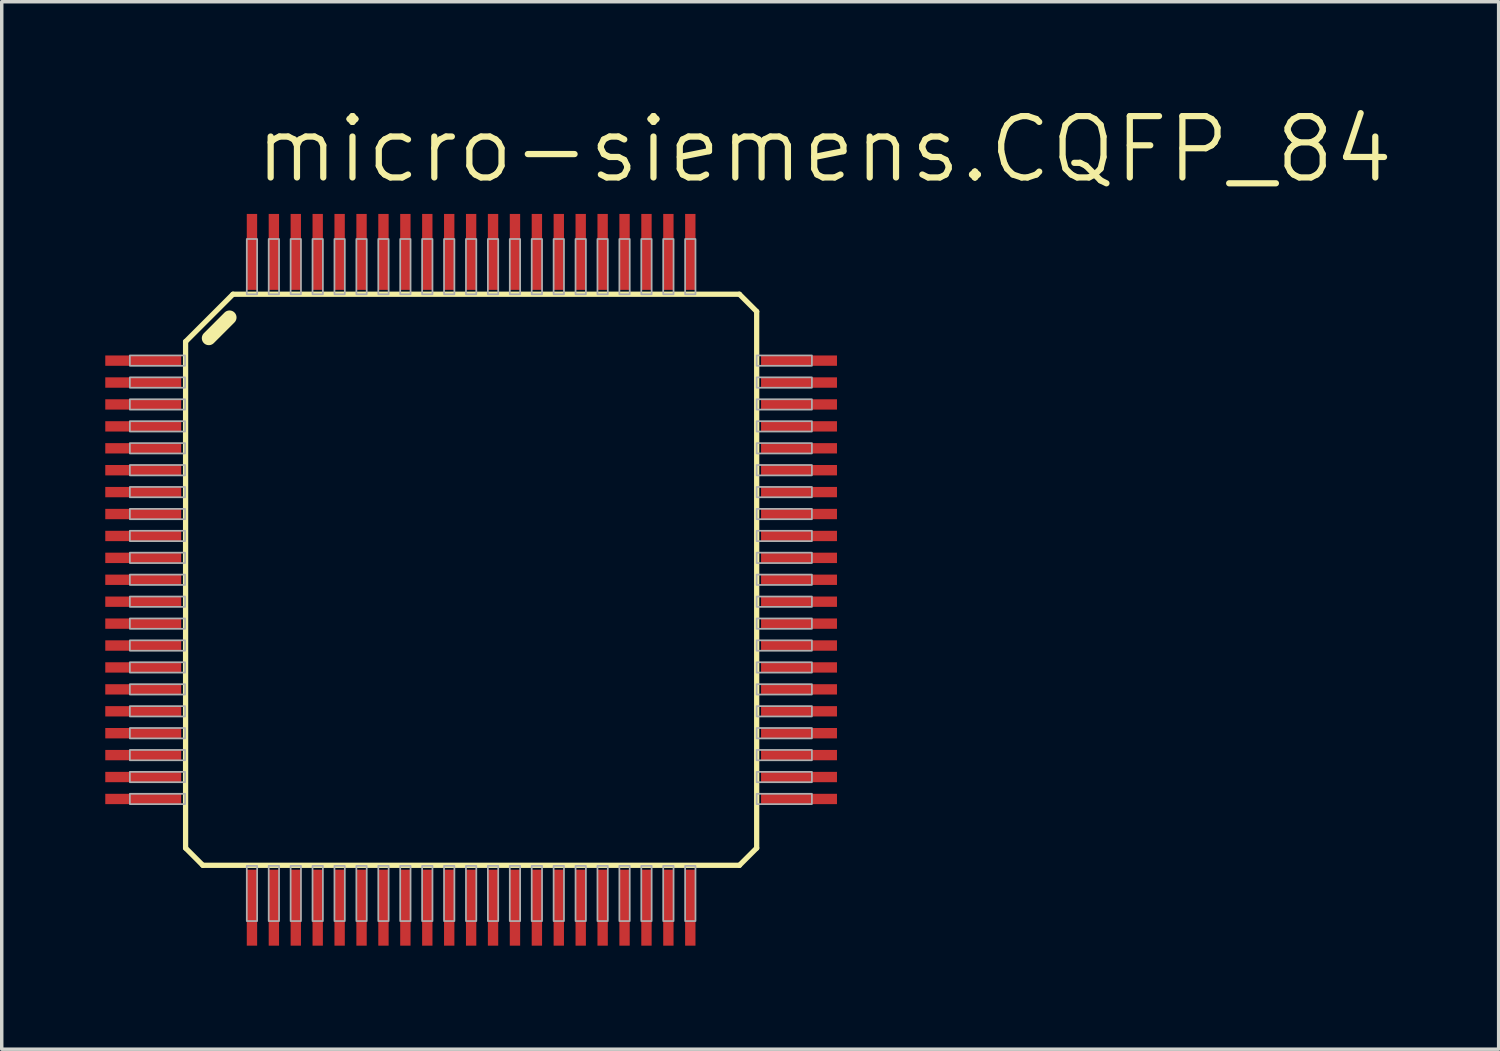
<source format=kicad_pcb>
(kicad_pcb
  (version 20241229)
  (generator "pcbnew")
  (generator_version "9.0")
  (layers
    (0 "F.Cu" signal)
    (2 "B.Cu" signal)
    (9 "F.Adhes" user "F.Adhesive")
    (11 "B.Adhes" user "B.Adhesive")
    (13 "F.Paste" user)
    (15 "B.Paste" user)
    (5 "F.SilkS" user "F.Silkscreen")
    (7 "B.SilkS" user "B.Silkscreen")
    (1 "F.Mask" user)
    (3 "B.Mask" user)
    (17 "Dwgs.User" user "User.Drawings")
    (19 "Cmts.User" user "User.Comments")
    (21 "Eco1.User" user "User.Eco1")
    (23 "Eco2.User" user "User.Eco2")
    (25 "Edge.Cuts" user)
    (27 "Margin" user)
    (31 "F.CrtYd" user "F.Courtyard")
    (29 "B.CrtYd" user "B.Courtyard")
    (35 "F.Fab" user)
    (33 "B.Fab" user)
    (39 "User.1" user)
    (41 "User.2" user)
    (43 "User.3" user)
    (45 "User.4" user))
  (footprint "micro-siemens.CQFP_84"
    (layer "F.Cu")
    (at 10.6 13.748)
    (property "Reference" "micro-siemens.CQFP_84" (at -6.35 -11.43 0) (layer "F.SilkS") (effects (font (size 1.778 1.778) (thickness 0.18)) (justify left bottom)))
    (attr smd)
    (fp_line (start -8.273 -6.9) (end -6.9 -8.273) (stroke (width 0.152) (type default)) (layer "F.SilkS"))
    (fp_line (start -8.273 7.773) (end -8.273 -6.9) (stroke (width 0.152) (type default)) (layer "F.SilkS"))
    (fp_line (start -7.773 8.273) (end -8.273 7.773) (stroke (width 0.152) (type default)) (layer "F.SilkS"))
    (fp_line (start -7 -7.6) (end -7.6 -7) (stroke (width 0.406) (type default)) (layer "F.SilkS"))
    (fp_line (start -6.9 -8.273) (end 7.773 -8.273) (stroke (width 0.152) (type default)) (layer "F.SilkS"))
    (fp_line (start 7.773 -8.273) (end 8.273 -7.773) (stroke (width 0.152) (type default)) (layer "F.SilkS"))
    (fp_line (start 7.773 8.273) (end -7.773 8.273) (stroke (width 0.152) (type default)) (layer "F.SilkS"))
    (fp_line (start 8.273 -7.773) (end 8.273 7.773) (stroke (width 0.152) (type default)) (layer "F.SilkS"))
    (fp_line (start 8.273 7.773) (end 7.773 8.273) (stroke (width 0.152) (type default)) (layer "F.SilkS"))
    (fp_rect (start -9.888 -6.2) (end -8.288 -6.5) (stroke (width 0.05) (type default)) (fill no) (layer "F.Fab"))
    (fp_rect (start -9.888 -5.565) (end -8.288 -5.865) (stroke (width 0.05) (type default)) (fill no) (layer "F.Fab"))
    (fp_rect (start -9.888 -4.93) (end -8.288 -5.23) (stroke (width 0.05) (type default)) (fill no) (layer "F.Fab"))
    (fp_rect (start -9.888 -4.295) (end -8.288 -4.595) (stroke (width 0.05) (type default)) (fill no) (layer "F.Fab"))
    (fp_rect (start -9.888 -3.66) (end -8.288 -3.96) (stroke (width 0.05) (type default)) (fill no) (layer "F.Fab"))
    (fp_rect (start -9.888 -3.025) (end -8.288 -3.325) (stroke (width 0.05) (type default)) (fill no) (layer "F.Fab"))
    (fp_rect (start -9.888 -2.39) (end -8.288 -2.69) (stroke (width 0.05) (type default)) (fill no) (layer "F.Fab"))
    (fp_rect (start -9.888 -1.755) (end -8.288 -2.055) (stroke (width 0.05) (type default)) (fill no) (layer "F.Fab"))
    (fp_rect (start -9.888 -1.12) (end -8.288 -1.42) (stroke (width 0.05) (type default)) (fill no) (layer "F.Fab"))
    (fp_rect (start -9.888 -0.485) (end -8.288 -0.785) (stroke (width 0.05) (type default)) (fill no) (layer "F.Fab"))
    (fp_rect (start -9.888 0.15) (end -8.288 -0.15) (stroke (width 0.05) (type default)) (fill no) (layer "F.Fab"))
    (fp_rect (start -9.888 0.785) (end -8.288 0.485) (stroke (width 0.05) (type default)) (fill no) (layer "F.Fab"))
    (fp_rect (start -9.888 1.42) (end -8.288 1.12) (stroke (width 0.05) (type default)) (fill no) (layer "F.Fab"))
    (fp_rect (start -9.888 2.055) (end -8.288 1.755) (stroke (width 0.05) (type default)) (fill no) (layer "F.Fab"))
    (fp_rect (start -9.888 2.69) (end -8.288 2.39) (stroke (width 0.05) (type default)) (fill no) (layer "F.Fab"))
    (fp_rect (start -9.888 3.325) (end -8.288 3.025) (stroke (width 0.05) (type default)) (fill no) (layer "F.Fab"))
    (fp_rect (start -9.888 3.96) (end -8.288 3.66) (stroke (width 0.05) (type default)) (fill no) (layer "F.Fab"))
    (fp_rect (start -9.888 4.595) (end -8.288 4.295) (stroke (width 0.05) (type default)) (fill no) (layer "F.Fab"))
    (fp_rect (start -9.888 5.23) (end -8.288 4.93) (stroke (width 0.05) (type default)) (fill no) (layer "F.Fab"))
    (fp_rect (start -9.888 5.865) (end -8.288 5.565) (stroke (width 0.05) (type default)) (fill no) (layer "F.Fab"))
    (fp_rect (start -9.888 6.5) (end -8.288 6.2) (stroke (width 0.05) (type default)) (fill no) (layer "F.Fab"))
    (fp_rect (start -6.5 -8.273) (end -6.2 -9.873) (stroke (width 0.05) (type default)) (fill no) (layer "F.Fab"))
    (fp_rect (start -6.5 9.888) (end -6.2 8.288) (stroke (width 0.05) (type default)) (fill no) (layer "F.Fab"))
    (fp_rect (start -5.865 -8.273) (end -5.565 -9.873) (stroke (width 0.05) (type default)) (fill no) (layer "F.Fab"))
    (fp_rect (start -5.865 9.888) (end -5.565 8.288) (stroke (width 0.05) (type default)) (fill no) (layer "F.Fab"))
    (fp_rect (start -5.23 -8.273) (end -4.93 -9.873) (stroke (width 0.05) (type default)) (fill no) (layer "F.Fab"))
    (fp_rect (start -5.23 9.888) (end -4.93 8.288) (stroke (width 0.05) (type default)) (fill no) (layer "F.Fab"))
    (fp_rect (start -4.595 -8.273) (end -4.295 -9.873) (stroke (width 0.05) (type default)) (fill no) (layer "F.Fab"))
    (fp_rect (start -4.595 9.888) (end -4.295 8.288) (stroke (width 0.05) (type default)) (fill no) (layer "F.Fab"))
    (fp_rect (start -3.96 -8.273) (end -3.66 -9.873) (stroke (width 0.05) (type default)) (fill no) (layer "F.Fab"))
    (fp_rect (start -3.96 9.888) (end -3.66 8.288) (stroke (width 0.05) (type default)) (fill no) (layer "F.Fab"))
    (fp_rect (start -3.325 -8.273) (end -3.025 -9.873) (stroke (width 0.05) (type default)) (fill no) (layer "F.Fab"))
    (fp_rect (start -3.325 9.888) (end -3.025 8.288) (stroke (width 0.05) (type default)) (fill no) (layer "F.Fab"))
    (fp_rect (start -2.69 -8.273) (end -2.39 -9.873) (stroke (width 0.05) (type default)) (fill no) (layer "F.Fab"))
    (fp_rect (start -2.69 9.888) (end -2.39 8.288) (stroke (width 0.05) (type default)) (fill no) (layer "F.Fab"))
    (fp_rect (start -2.055 -8.273) (end -1.755 -9.873) (stroke (width 0.05) (type default)) (fill no) (layer "F.Fab"))
    (fp_rect (start -2.055 9.888) (end -1.755 8.288) (stroke (width 0.05) (type default)) (fill no) (layer "F.Fab"))
    (fp_rect (start -1.42 -8.273) (end -1.12 -9.873) (stroke (width 0.05) (type default)) (fill no) (layer "F.Fab"))
    (fp_rect (start -1.42 9.888) (end -1.12 8.288) (stroke (width 0.05) (type default)) (fill no) (layer "F.Fab"))
    (fp_rect (start -0.785 -8.273) (end -0.485 -9.873) (stroke (width 0.05) (type default)) (fill no) (layer "F.Fab"))
    (fp_rect (start -0.785 9.888) (end -0.485 8.288) (stroke (width 0.05) (type default)) (fill no) (layer "F.Fab"))
    (fp_rect (start -0.15 -8.273) (end 0.15 -9.873) (stroke (width 0.05) (type default)) (fill no) (layer "F.Fab"))
    (fp_rect (start -0.15 9.888) (end 0.15 8.288) (stroke (width 0.05) (type default)) (fill no) (layer "F.Fab"))
    (fp_rect (start 0.485 -8.273) (end 0.785 -9.873) (stroke (width 0.05) (type default)) (fill no) (layer "F.Fab"))
    (fp_rect (start 0.485 9.888) (end 0.785 8.288) (stroke (width 0.05) (type default)) (fill no) (layer "F.Fab"))
    (fp_rect (start 1.12 -8.273) (end 1.42 -9.873) (stroke (width 0.05) (type default)) (fill no) (layer "F.Fab"))
    (fp_rect (start 1.12 9.888) (end 1.42 8.288) (stroke (width 0.05) (type default)) (fill no) (layer "F.Fab"))
    (fp_rect (start 1.755 -8.273) (end 2.055 -9.873) (stroke (width 0.05) (type default)) (fill no) (layer "F.Fab"))
    (fp_rect (start 1.755 9.888) (end 2.055 8.288) (stroke (width 0.05) (type default)) (fill no) (layer "F.Fab"))
    (fp_rect (start 2.39 -8.273) (end 2.69 -9.873) (stroke (width 0.05) (type default)) (fill no) (layer "F.Fab"))
    (fp_rect (start 2.39 9.888) (end 2.69 8.288) (stroke (width 0.05) (type default)) (fill no) (layer "F.Fab"))
    (fp_rect (start 3.025 -8.273) (end 3.325 -9.873) (stroke (width 0.05) (type default)) (fill no) (layer "F.Fab"))
    (fp_rect (start 3.025 9.888) (end 3.325 8.288) (stroke (width 0.05) (type default)) (fill no) (layer "F.Fab"))
    (fp_rect (start 3.66 -8.273) (end 3.96 -9.873) (stroke (width 0.05) (type default)) (fill no) (layer "F.Fab"))
    (fp_rect (start 3.66 9.888) (end 3.96 8.288) (stroke (width 0.05) (type default)) (fill no) (layer "F.Fab"))
    (fp_rect (start 4.295 -8.273) (end 4.595 -9.873) (stroke (width 0.05) (type default)) (fill no) (layer "F.Fab"))
    (fp_rect (start 4.295 9.888) (end 4.595 8.288) (stroke (width 0.05) (type default)) (fill no) (layer "F.Fab"))
    (fp_rect (start 4.93 -8.273) (end 5.23 -9.873) (stroke (width 0.05) (type default)) (fill no) (layer "F.Fab"))
    (fp_rect (start 4.93 9.888) (end 5.23 8.288) (stroke (width 0.05) (type default)) (fill no) (layer "F.Fab"))
    (fp_rect (start 5.565 -8.273) (end 5.865 -9.873) (stroke (width 0.05) (type default)) (fill no) (layer "F.Fab"))
    (fp_rect (start 5.565 9.888) (end 5.865 8.288) (stroke (width 0.05) (type default)) (fill no) (layer "F.Fab"))
    (fp_rect (start 6.2 -8.273) (end 6.5 -9.873) (stroke (width 0.05) (type default)) (fill no) (layer "F.Fab"))
    (fp_rect (start 6.2 9.888) (end 6.5 8.288) (stroke (width 0.05) (type default)) (fill no) (layer "F.Fab"))
    (fp_rect (start 8.273 -6.2) (end 9.873 -6.5) (stroke (width 0.05) (type default)) (fill no) (layer "F.Fab"))
    (fp_rect (start 8.273 -5.565) (end 9.873 -5.865) (stroke (width 0.05) (type default)) (fill no) (layer "F.Fab"))
    (fp_rect (start 8.273 -4.93) (end 9.873 -5.23) (stroke (width 0.05) (type default)) (fill no) (layer "F.Fab"))
    (fp_rect (start 8.273 -4.295) (end 9.873 -4.595) (stroke (width 0.05) (type default)) (fill no) (layer "F.Fab"))
    (fp_rect (start 8.273 -3.66) (end 9.873 -3.96) (stroke (width 0.05) (type default)) (fill no) (layer "F.Fab"))
    (fp_rect (start 8.273 -3.025) (end 9.873 -3.325) (stroke (width 0.05) (type default)) (fill no) (layer "F.Fab"))
    (fp_rect (start 8.273 -2.39) (end 9.873 -2.69) (stroke (width 0.05) (type default)) (fill no) (layer "F.Fab"))
    (fp_rect (start 8.273 -1.755) (end 9.873 -2.055) (stroke (width 0.05) (type default)) (fill no) (layer "F.Fab"))
    (fp_rect (start 8.273 -1.12) (end 9.873 -1.42) (stroke (width 0.05) (type default)) (fill no) (layer "F.Fab"))
    (fp_rect (start 8.273 -0.485) (end 9.873 -0.785) (stroke (width 0.05) (type default)) (fill no) (layer "F.Fab"))
    (fp_rect (start 8.273 0.15) (end 9.873 -0.15) (stroke (width 0.05) (type default)) (fill no) (layer "F.Fab"))
    (fp_rect (start 8.273 0.785) (end 9.873 0.485) (stroke (width 0.05) (type default)) (fill no) (layer "F.Fab"))
    (fp_rect (start 8.273 1.42) (end 9.873 1.12) (stroke (width 0.05) (type default)) (fill no) (layer "F.Fab"))
    (fp_rect (start 8.273 2.055) (end 9.873 1.755) (stroke (width 0.05) (type default)) (fill no) (layer "F.Fab"))
    (fp_rect (start 8.273 2.69) (end 9.873 2.39) (stroke (width 0.05) (type default)) (fill no) (layer "F.Fab"))
    (fp_rect (start 8.273 3.325) (end 9.873 3.025) (stroke (width 0.05) (type default)) (fill no) (layer "F.Fab"))
    (fp_rect (start 8.273 3.96) (end 9.873 3.66) (stroke (width 0.05) (type default)) (fill no) (layer "F.Fab"))
    (fp_rect (start 8.273 4.595) (end 9.873 4.295) (stroke (width 0.05) (type default)) (fill no) (layer "F.Fab"))
    (fp_rect (start 8.273 5.23) (end 9.873 4.93) (stroke (width 0.05) (type default)) (fill no) (layer "F.Fab"))
    (fp_rect (start 8.273 5.865) (end 9.873 5.565) (stroke (width 0.05) (type default)) (fill no) (layer "F.Fab"))
    (fp_rect (start 8.273 6.5) (end 9.873 6.2) (stroke (width 0.05) (type default)) (fill no) (layer "F.Fab"))
    (pad "1" smd roundrect (at -9.5 -6.35) (size 2.2 0.3) (layers "F.Cu" "F.Mask" "F.Paste") (roundrect_rratio 0.01))
    (pad "2" smd roundrect (at -9.5 -5.715) (size 2.2 0.3) (layers "F.Cu" "F.Mask" "F.Paste") (roundrect_rratio 0.01))
    (pad "3" smd roundrect (at -9.5 -5.08) (size 2.2 0.3) (layers "F.Cu" "F.Mask" "F.Paste") (roundrect_rratio 0.01))
    (pad "4" smd roundrect (at -9.5 -4.445) (size 2.2 0.3) (layers "F.Cu" "F.Mask" "F.Paste") (roundrect_rratio 0.01))
    (pad "5" smd roundrect (at -9.5 -3.81) (size 2.2 0.3) (layers "F.Cu" "F.Mask" "F.Paste") (roundrect_rratio 0.01))
    (pad "6" smd roundrect (at -9.5 -3.175) (size 2.2 0.3) (layers "F.Cu" "F.Mask" "F.Paste") (roundrect_rratio 0.01))
    (pad "7" smd roundrect (at -9.5 -2.54) (size 2.2 0.3) (layers "F.Cu" "F.Mask" "F.Paste") (roundrect_rratio 0.01))
    (pad "8" smd roundrect (at -9.5 -1.905) (size 2.2 0.3) (layers "F.Cu" "F.Mask" "F.Paste") (roundrect_rratio 0.01))
    (pad "9" smd roundrect (at -9.5 -1.27) (size 2.2 0.3) (layers "F.Cu" "F.Mask" "F.Paste") (roundrect_rratio 0.01))
    (pad "10" smd roundrect (at -9.5 -0.635) (size 2.2 0.3) (layers "F.Cu" "F.Mask" "F.Paste") (roundrect_rratio 0.01))
    (pad "11" smd roundrect (at -9.5 0) (size 2.2 0.3) (layers "F.Cu" "F.Mask" "F.Paste") (roundrect_rratio 0.01))
    (pad "12" smd roundrect (at -9.5 0.635) (size 2.2 0.3) (layers "F.Cu" "F.Mask" "F.Paste") (roundrect_rratio 0.01))
    (pad "13" smd roundrect (at -9.5 1.27) (size 2.2 0.3) (layers "F.Cu" "F.Mask" "F.Paste") (roundrect_rratio 0.01))
    (pad "14" smd roundrect (at -9.5 1.905) (size 2.2 0.3) (layers "F.Cu" "F.Mask" "F.Paste") (roundrect_rratio 0.01))
    (pad "15" smd roundrect (at -9.5 2.54) (size 2.2 0.3) (layers "F.Cu" "F.Mask" "F.Paste") (roundrect_rratio 0.01))
    (pad "16" smd roundrect (at -9.5 3.175) (size 2.2 0.3) (layers "F.Cu" "F.Mask" "F.Paste") (roundrect_rratio 0.01))
    (pad "17" smd roundrect (at -9.5 3.81) (size 2.2 0.3) (layers "F.Cu" "F.Mask" "F.Paste") (roundrect_rratio 0.01))
    (pad "18" smd roundrect (at -9.5 4.445) (size 2.2 0.3) (layers "F.Cu" "F.Mask" "F.Paste") (roundrect_rratio 0.01))
    (pad "19" smd roundrect (at -9.5 5.08) (size 2.2 0.3) (layers "F.Cu" "F.Mask" "F.Paste") (roundrect_rratio 0.01))
    (pad "20" smd roundrect (at -9.5 5.715) (size 2.2 0.3) (layers "F.Cu" "F.Mask" "F.Paste") (roundrect_rratio 0.01))
    (pad "21" smd roundrect (at -9.5 6.35) (size 2.2 0.3) (layers "F.Cu" "F.Mask" "F.Paste") (roundrect_rratio 0.01))
    (pad "22" smd roundrect (at -6.35 9.5) (size 0.3 2.2) (layers "F.Cu" "F.Mask" "F.Paste") (roundrect_rratio 0.01))
    (pad "23" smd roundrect (at -5.715 9.5) (size 0.3 2.2) (layers "F.Cu" "F.Mask" "F.Paste") (roundrect_rratio 0.01))
    (pad "24" smd roundrect (at -5.08 9.5) (size 0.3 2.2) (layers "F.Cu" "F.Mask" "F.Paste") (roundrect_rratio 0.01))
    (pad "25" smd roundrect (at -4.445 9.5) (size 0.3 2.2) (layers "F.Cu" "F.Mask" "F.Paste") (roundrect_rratio 0.01))
    (pad "26" smd roundrect (at -3.81 9.5) (size 0.3 2.2) (layers "F.Cu" "F.Mask" "F.Paste") (roundrect_rratio 0.01))
    (pad "27" smd roundrect (at -3.175 9.5) (size 0.3 2.2) (layers "F.Cu" "F.Mask" "F.Paste") (roundrect_rratio 0.01))
    (pad "28" smd roundrect (at -2.54 9.5) (size 0.3 2.2) (layers "F.Cu" "F.Mask" "F.Paste") (roundrect_rratio 0.01))
    (pad "29" smd roundrect (at -1.905 9.5) (size 0.3 2.2) (layers "F.Cu" "F.Mask" "F.Paste") (roundrect_rratio 0.01))
    (pad "30" smd roundrect (at -1.27 9.5) (size 0.3 2.2) (layers "F.Cu" "F.Mask" "F.Paste") (roundrect_rratio 0.01))
    (pad "31" smd roundrect (at -0.635 9.5) (size 0.3 2.2) (layers "F.Cu" "F.Mask" "F.Paste") (roundrect_rratio 0.01))
    (pad "32" smd roundrect (at 0 9.5) (size 0.3 2.2) (layers "F.Cu" "F.Mask" "F.Paste") (roundrect_rratio 0.01))
    (pad "33" smd roundrect (at 0.635 9.5) (size 0.3 2.2) (layers "F.Cu" "F.Mask" "F.Paste") (roundrect_rratio 0.01))
    (pad "34" smd roundrect (at 1.27 9.5) (size 0.3 2.2) (layers "F.Cu" "F.Mask" "F.Paste") (roundrect_rratio 0.01))
    (pad "35" smd roundrect (at 1.905 9.5) (size 0.3 2.2) (layers "F.Cu" "F.Mask" "F.Paste") (roundrect_rratio 0.01))
    (pad "36" smd roundrect (at 2.54 9.5) (size 0.3 2.2) (layers "F.Cu" "F.Mask" "F.Paste") (roundrect_rratio 0.01))
    (pad "37" smd roundrect (at 3.175 9.5) (size 0.3 2.2) (layers "F.Cu" "F.Mask" "F.Paste") (roundrect_rratio 0.01))
    (pad "38" smd roundrect (at 3.81 9.5) (size 0.3 2.2) (layers "F.Cu" "F.Mask" "F.Paste") (roundrect_rratio 0.01))
    (pad "39" smd roundrect (at 4.445 9.5) (size 0.3 2.2) (layers "F.Cu" "F.Mask" "F.Paste") (roundrect_rratio 0.01))
    (pad "40" smd roundrect (at 5.08 9.5) (size 0.3 2.2) (layers "F.Cu" "F.Mask" "F.Paste") (roundrect_rratio 0.01))
    (pad "41" smd roundrect (at 5.715 9.5) (size 0.3 2.2) (layers "F.Cu" "F.Mask" "F.Paste") (roundrect_rratio 0.01))
    (pad "42" smd roundrect (at 6.35 9.5) (size 0.3 2.2) (layers "F.Cu" "F.Mask" "F.Paste") (roundrect_rratio 0.01))
    (pad "43" smd roundrect (at 9.5 6.35) (size 2.2 0.3) (layers "F.Cu" "F.Mask" "F.Paste") (roundrect_rratio 0.01))
    (pad "44" smd roundrect (at 9.5 5.715) (size 2.2 0.3) (layers "F.Cu" "F.Mask" "F.Paste") (roundrect_rratio 0.01))
    (pad "45" smd roundrect (at 9.5 5.08) (size 2.2 0.3) (layers "F.Cu" "F.Mask" "F.Paste") (roundrect_rratio 0.01))
    (pad "46" smd roundrect (at 9.5 4.445) (size 2.2 0.3) (layers "F.Cu" "F.Mask" "F.Paste") (roundrect_rratio 0.01))
    (pad "47" smd roundrect (at 9.5 3.81) (size 2.2 0.3) (layers "F.Cu" "F.Mask" "F.Paste") (roundrect_rratio 0.01))
    (pad "48" smd roundrect (at 9.5 3.175) (size 2.2 0.3) (layers "F.Cu" "F.Mask" "F.Paste") (roundrect_rratio 0.01))
    (pad "49" smd roundrect (at 9.5 2.54) (size 2.2 0.3) (layers "F.Cu" "F.Mask" "F.Paste") (roundrect_rratio 0.01))
    (pad "50" smd roundrect (at 9.5 1.905) (size 2.2 0.3) (layers "F.Cu" "F.Mask" "F.Paste") (roundrect_rratio 0.01))
    (pad "51" smd roundrect (at 9.5 1.27) (size 2.2 0.3) (layers "F.Cu" "F.Mask" "F.Paste") (roundrect_rratio 0.01))
    (pad "52" smd roundrect (at 9.5 0.635) (size 2.2 0.3) (layers "F.Cu" "F.Mask" "F.Paste") (roundrect_rratio 0.01))
    (pad "53" smd roundrect (at 9.5 0) (size 2.2 0.3) (layers "F.Cu" "F.Mask" "F.Paste") (roundrect_rratio 0.01))
    (pad "54" smd roundrect (at 9.5 -0.635) (size 2.2 0.3) (layers "F.Cu" "F.Mask" "F.Paste") (roundrect_rratio 0.01))
    (pad "55" smd roundrect (at 9.5 -1.27) (size 2.2 0.3) (layers "F.Cu" "F.Mask" "F.Paste") (roundrect_rratio 0.01))
    (pad "56" smd roundrect (at 9.5 -1.905) (size 2.2 0.3) (layers "F.Cu" "F.Mask" "F.Paste") (roundrect_rratio 0.01))
    (pad "57" smd roundrect (at 9.5 -2.54) (size 2.2 0.3) (layers "F.Cu" "F.Mask" "F.Paste") (roundrect_rratio 0.01))
    (pad "58" smd roundrect (at 9.5 -3.175) (size 2.2 0.3) (layers "F.Cu" "F.Mask" "F.Paste") (roundrect_rratio 0.01))
    (pad "59" smd roundrect (at 9.5 -3.81) (size 2.2 0.3) (layers "F.Cu" "F.Mask" "F.Paste") (roundrect_rratio 0.01))
    (pad "60" smd roundrect (at 9.5 -4.445) (size 2.2 0.3) (layers "F.Cu" "F.Mask" "F.Paste") (roundrect_rratio 0.01))
    (pad "61" smd roundrect (at 9.5 -5.08) (size 2.2 0.3) (layers "F.Cu" "F.Mask" "F.Paste") (roundrect_rratio 0.01))
    (pad "62" smd roundrect (at 9.5 -5.715) (size 2.2 0.3) (layers "F.Cu" "F.Mask" "F.Paste") (roundrect_rratio 0.01))
    (pad "63" smd roundrect (at 9.5 -6.35) (size 2.2 0.3) (layers "F.Cu" "F.Mask" "F.Paste") (roundrect_rratio 0.01))
    (pad "64" smd roundrect (at 6.35 -9.5) (size 0.3 2.2) (layers "F.Cu" "F.Mask" "F.Paste") (roundrect_rratio 0.01))
    (pad "65" smd roundrect (at 5.715 -9.5) (size 0.3 2.2) (layers "F.Cu" "F.Mask" "F.Paste") (roundrect_rratio 0.01))
    (pad "66" smd roundrect (at 5.08 -9.5) (size 0.3 2.2) (layers "F.Cu" "F.Mask" "F.Paste") (roundrect_rratio 0.01))
    (pad "67" smd roundrect (at 4.445 -9.5) (size 0.3 2.2) (layers "F.Cu" "F.Mask" "F.Paste") (roundrect_rratio 0.01))
    (pad "68" smd roundrect (at 3.81 -9.5) (size 0.3 2.2) (layers "F.Cu" "F.Mask" "F.Paste") (roundrect_rratio 0.01))
    (pad "69" smd roundrect (at 3.175 -9.5) (size 0.3 2.2) (layers "F.Cu" "F.Mask" "F.Paste") (roundrect_rratio 0.01))
    (pad "70" smd roundrect (at 2.54 -9.5) (size 0.3 2.2) (layers "F.Cu" "F.Mask" "F.Paste") (roundrect_rratio 0.01))
    (pad "71" smd roundrect (at 1.905 -9.5) (size 0.3 2.2) (layers "F.Cu" "F.Mask" "F.Paste") (roundrect_rratio 0.01))
    (pad "72" smd roundrect (at 1.27 -9.5) (size 0.3 2.2) (layers "F.Cu" "F.Mask" "F.Paste") (roundrect_rratio 0.01))
    (pad "73" smd roundrect (at 0.635 -9.5) (size 0.3 2.2) (layers "F.Cu" "F.Mask" "F.Paste") (roundrect_rratio 0.01))
    (pad "74" smd roundrect (at 0 -9.5) (size 0.3 2.2) (layers "F.Cu" "F.Mask" "F.Paste") (roundrect_rratio 0.01))
    (pad "75" smd roundrect (at -0.635 -9.5) (size 0.3 2.2) (layers "F.Cu" "F.Mask" "F.Paste") (roundrect_rratio 0.01))
    (pad "76" smd roundrect (at -1.27 -9.5) (size 0.3 2.2) (layers "F.Cu" "F.Mask" "F.Paste") (roundrect_rratio 0.01))
    (pad "77" smd roundrect (at -1.905 -9.5) (size 0.3 2.2) (layers "F.Cu" "F.Mask" "F.Paste") (roundrect_rratio 0.01))
    (pad "78" smd roundrect (at -2.54 -9.5) (size 0.3 2.2) (layers "F.Cu" "F.Mask" "F.Paste") (roundrect_rratio 0.01))
    (pad "79" smd roundrect (at -3.175 -9.5) (size 0.3 2.2) (layers "F.Cu" "F.Mask" "F.Paste") (roundrect_rratio 0.01))
    (pad "80" smd roundrect (at -3.81 -9.5) (size 0.3 2.2) (layers "F.Cu" "F.Mask" "F.Paste") (roundrect_rratio 0.01))
    (pad "81" smd roundrect (at -4.445 -9.5) (size 0.3 2.2) (layers "F.Cu" "F.Mask" "F.Paste") (roundrect_rratio 0.01))
    (pad "82" smd roundrect (at -5.08 -9.5) (size 0.3 2.2) (layers "F.Cu" "F.Mask" "F.Paste") (roundrect_rratio 0.01))
    (pad "83" smd roundrect (at -5.715 -9.5) (size 0.3 2.2) (layers "F.Cu" "F.Mask" "F.Paste") (roundrect_rratio 0.01))
    (pad "84" smd roundrect (at -6.35 -9.5) (size 0.3 2.2) (layers "F.Cu" "F.Mask" "F.Paste") (roundrect_rratio 0.01)))
  (gr_rect
    (start -3 -3)
    (end 40.37 27.348)
    (stroke (width 0.1) (type default))
    (fill no)
    (layer "Edge.Cuts")))
</source>
